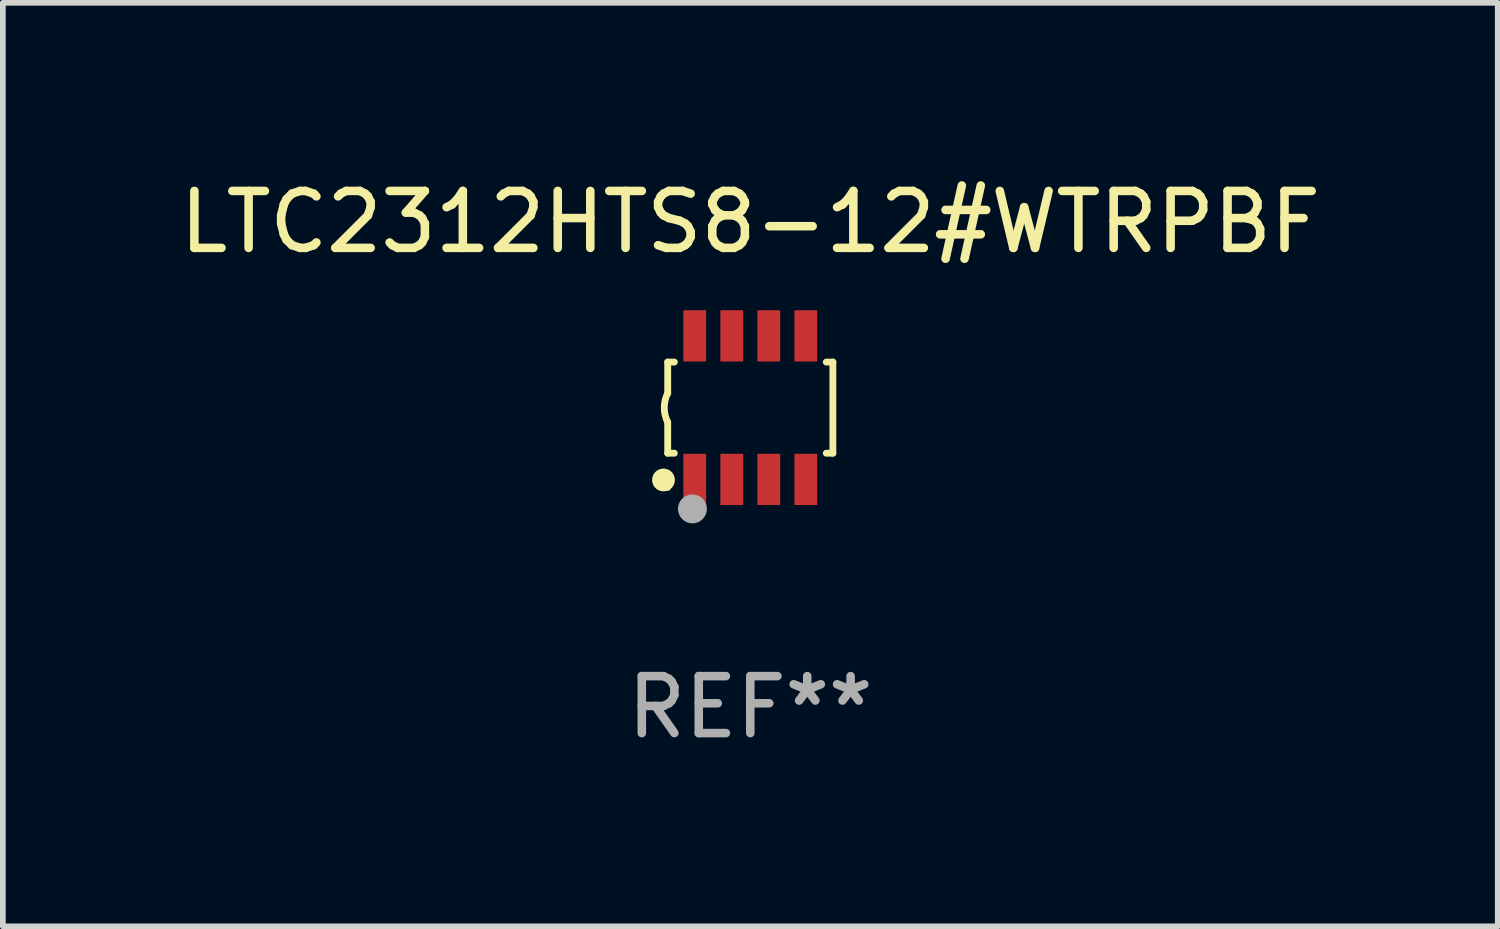
<source format=kicad_pcb>
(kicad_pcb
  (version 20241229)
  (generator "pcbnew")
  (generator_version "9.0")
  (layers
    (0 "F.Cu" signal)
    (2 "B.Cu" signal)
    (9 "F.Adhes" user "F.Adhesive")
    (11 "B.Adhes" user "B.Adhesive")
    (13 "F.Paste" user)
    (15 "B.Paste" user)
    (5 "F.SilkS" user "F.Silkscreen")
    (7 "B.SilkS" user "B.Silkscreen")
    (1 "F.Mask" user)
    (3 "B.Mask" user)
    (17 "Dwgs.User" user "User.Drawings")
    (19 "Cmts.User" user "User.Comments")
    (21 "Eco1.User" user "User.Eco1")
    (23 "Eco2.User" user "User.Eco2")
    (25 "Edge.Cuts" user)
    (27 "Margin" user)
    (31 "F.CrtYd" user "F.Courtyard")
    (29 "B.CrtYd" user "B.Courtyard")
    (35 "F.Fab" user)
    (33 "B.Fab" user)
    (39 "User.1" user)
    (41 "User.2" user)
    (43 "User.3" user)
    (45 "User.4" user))
  (footprint "LTC2312HTS8-12#WTRPBF"
    (layer "F.Cu")
    (at 10.125 4.108)
    (property "Reference" "LTC2312HTS8-12#WTRPBF" (at 0 -3.26 0) (layer "F.SilkS") (effects (font (size 1 1) (thickness 0.15))))
    (attr through_hole)
    (fp_line (start -1.45 -0.8) (end -1.45 -0.254) (stroke (width 0.12) (type solid)) (layer "F.SilkS"))
    (fp_line (start -1.45 -0.8) (end -1.334 -0.8) (stroke (width 0.12) (type solid)) (layer "F.SilkS"))
    (fp_line (start -1.45 0.8) (end -1.45 0.254) (stroke (width 0.12) (type solid)) (layer "F.SilkS"))
    (fp_line (start -1.45 0.8) (end -1.334 0.8) (stroke (width 0.12) (type solid)) (layer "F.SilkS"))
    (fp_line (start 1.334 -0.8) (end 1.45 -0.8) (stroke (width 0.12) (type solid)) (layer "F.SilkS"))
    (fp_line (start 1.334 0.8) (end 1.45 0.8) (stroke (width 0.12) (type solid)) (layer "F.SilkS"))
    (fp_line (start 1.45 0.8) (end 1.45 -0.8) (stroke (width 0.12) (type solid)) (layer "F.SilkS"))
    (fp_arc (start -1.45075 0.255144) (mid -1.510605 0.000434) (end -1.450013 -0.254102) (stroke (width 0.11999) (type solid)) (layer "F.SilkS"))
    (fp_circle (center -1.524 1.27) (end -1.424 1.27) (stroke (width 0.2) (type solid)) (fill no) (layer "F.SilkS"))
    (fp_circle (center -1.45 1.4) (end -1.42 1.4) (stroke (width 0.06) (type solid)) (fill no) (layer "F.SilkS"))
    (fp_circle (center -1.016 1.778) (end -0.889 1.778) (stroke (width 0.254) (type solid)) (fill no) (layer "F.Fab"))
    (fp_text user "REF**" (at 0 5.26 0) (layer "F.Fab") (effects (font (size 1 1) (thickness 0.15))))
    (pad "1" smd rect (at -0.975 1.26) (size 0.4 0.9) (layers "F.Cu" "F.Mask" "F.Paste"))
    (pad "2" smd rect (at -0.325 1.26) (size 0.4 0.9) (layers "F.Cu" "F.Mask" "F.Paste"))
    (pad "3" smd rect (at 0.325 1.26) (size 0.4 0.9) (layers "F.Cu" "F.Mask" "F.Paste"))
    (pad "4" smd rect (at 0.975 1.26) (size 0.4 0.9) (layers "F.Cu" "F.Mask" "F.Paste"))
    (pad "5" smd rect (at 0.975 -1.26) (size 0.4 0.9) (layers "F.Cu" "F.Mask" "F.Paste"))
    (pad "6" smd rect (at 0.325 -1.26) (size 0.4 0.9) (layers "F.Cu" "F.Mask" "F.Paste"))
    (pad "7" smd rect (at -0.325 -1.26) (size 0.4 0.9) (layers "F.Cu" "F.Mask" "F.Paste"))
    (pad "8" smd rect (at -0.975 -1.26) (size 0.4 0.9) (layers "F.Cu" "F.Mask" "F.Paste")))
  (gr_rect
    (start -3 -3)
    (end 23.25 13.216)
    (stroke (width 0.1) (type default))
    (fill no)
    (layer "Edge.Cuts")))
</source>
